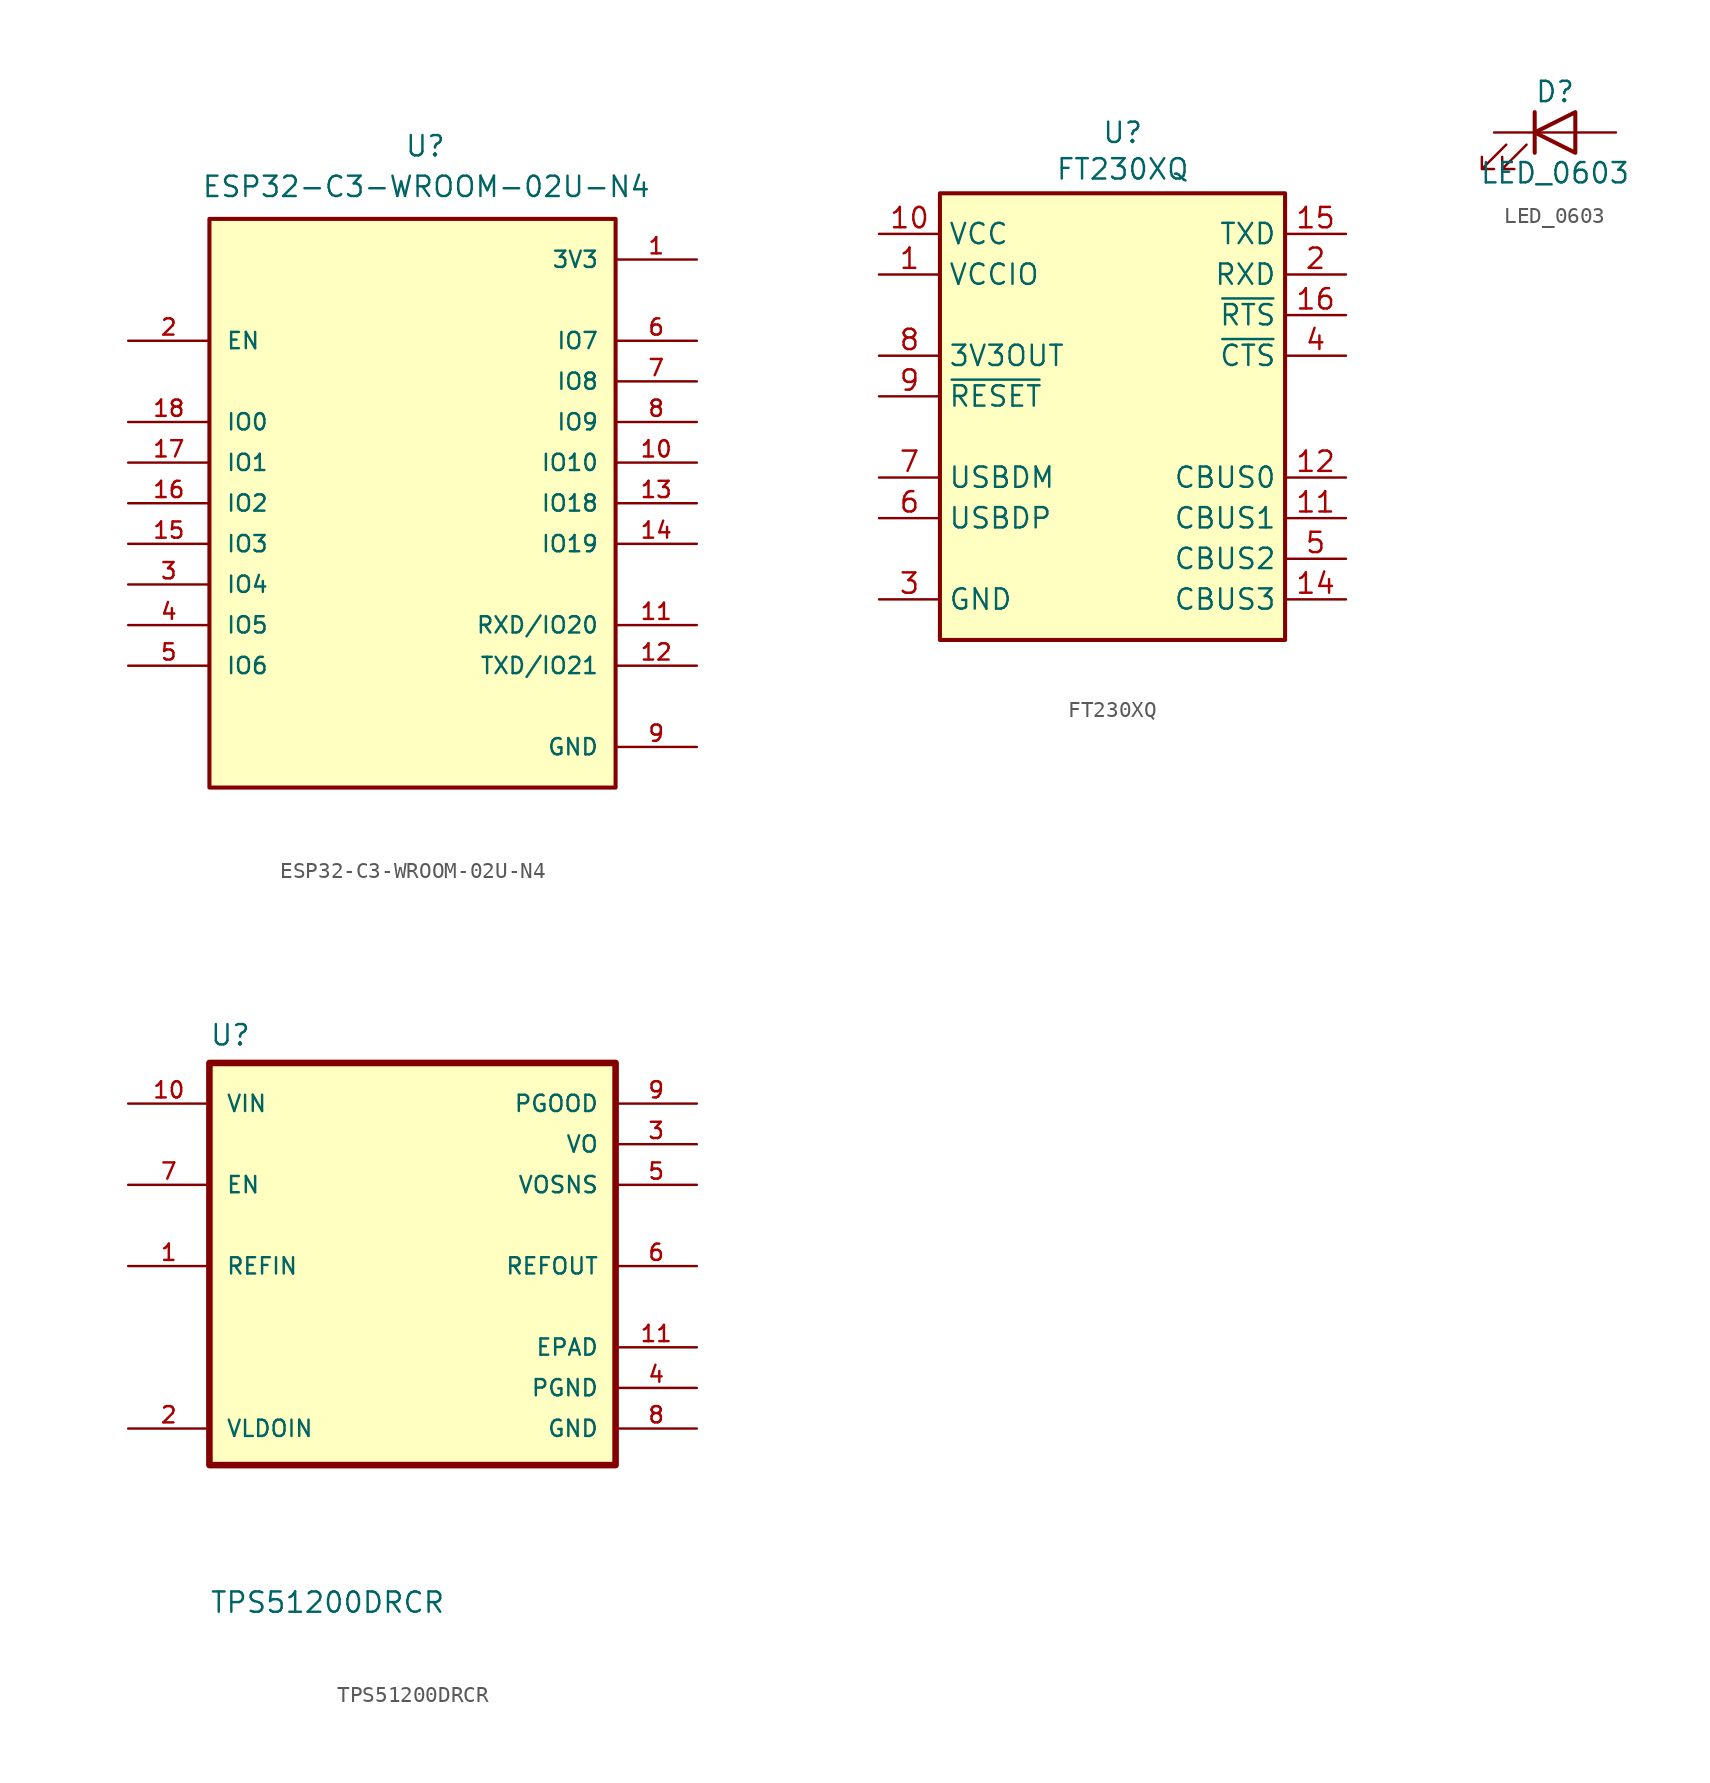
<source format=kicad_sym>
(kicad_symbol_lib
  (version 20231120)
  (generator "kicad_symbol_editor")
  (generator_version "8.0")
  (symbol "ESP32-C3-WROOM-02U-N4"
    (pin_names
      (offset 1.016))
    (property "Reference" "U"
      (at -0.508 17.78 0)
      (effects (font (size 1.27 1.27)) (justify left bottom)))
    (property "Value" "ESP32-C3-WROOM-02U-N4"
      (at -13.208 15.24 0)
      (effects (font (size 1.27 1.27)) (justify left bottom)))
    (symbol "ESP32-C3-WROOM-02U-N4_0_0"
      (rectangle (start -12.7 13.97) (end 12.7 -21.59) (stroke (width 0.254) (type default)) (fill (type background)))
      (pin power_in line (at 17.78 11.43 180) (length 5.08) (name "3V3" (effects (font (size 1.016 1.016)))) (number "1" (effects (font (size 1.016 1.016)))))
      (pin bidirectional line (at 17.78 -1.27 180) (length 5.08) (name "IO10" (effects (font (size 1.016 1.016)))) (number "10" (effects (font (size 1.016 1.016)))))
      (pin bidirectional line (at 17.78 -11.43 180) (length 5.08) (name "RXD/IO20" (effects (font (size 1.016 1.016)))) (number "11" (effects (font (size 1.016 1.016)))))
      (pin bidirectional line (at 17.78 -13.97 180) (length 5.08) (name "TXD/IO21" (effects (font (size 1.016 1.016)))) (number "12" (effects (font (size 1.016 1.016)))))
      (pin bidirectional line (at 17.78 -3.81 180) (length 5.08) (name "IO18" (effects (font (size 1.016 1.016)))) (number "13" (effects (font (size 1.016 1.016)))))
      (pin bidirectional line (at 17.78 -6.35 180) (length 5.08) (name "IO19" (effects (font (size 1.016 1.016)))) (number "14" (effects (font (size 1.016 1.016)))))
      (pin bidirectional line (at -17.78 -6.35 0) (length 5.08) (name "IO3" (effects (font (size 1.016 1.016)))) (number "15" (effects (font (size 1.016 1.016)))))
      (pin bidirectional line (at -17.78 -3.81 0) (length 5.08) (name "IO2" (effects (font (size 1.016 1.016)))) (number "16" (effects (font (size 1.016 1.016)))))
      (pin bidirectional line (at -17.78 -1.27 0) (length 5.08) (name "IO1" (effects (font (size 1.016 1.016)))) (number "17" (effects (font (size 1.016 1.016)))))
      (pin bidirectional line (at -17.78 1.27 0) (length 5.08) (name "IO0" (effects (font (size 1.016 1.016)))) (number "18" (effects (font (size 1.016 1.016)))))
      (pin input line (at -17.78 6.35 0) (length 5.08) (name "EN" (effects (font (size 1.016 1.016)))) (number "2" (effects (font (size 1.016 1.016)))))
      (pin bidirectional line (at -17.78 -8.89 0) (length 5.08) (name "IO4" (effects (font (size 1.016 1.016)))) (number "3" (effects (font (size 1.016 1.016)))))
      (pin bidirectional line (at -17.78 -11.43 0) (length 5.08) (name "IO5" (effects (font (size 1.016 1.016)))) (number "4" (effects (font (size 1.016 1.016)))))
      (pin bidirectional line (at -17.78 -13.97 0) (length 5.08) (name "IO6" (effects (font (size 1.016 1.016)))) (number "5" (effects (font (size 1.016 1.016)))))
      (pin bidirectional line (at 17.78 6.35 180) (length 5.08) (name "IO7" (effects (font (size 1.016 1.016)))) (number "6" (effects (font (size 1.016 1.016)))))
      (pin bidirectional line (at 17.78 3.81 180) (length 5.08) (name "IO8" (effects (font (size 1.016 1.016)))) (number "7" (effects (font (size 1.016 1.016)))))
      (pin bidirectional line (at 17.78 1.27 180) (length 5.08) (name "IO9" (effects (font (size 1.016 1.016)))) (number "8" (effects (font (size 1.016 1.016)))))
      (pin power_in line (at 17.78 -19.05 180) (length 5.08) (name "GND" (effects (font (size 1.016 1.016)))) (number "9" (effects (font (size 1.016 1.016))))))
    (symbol "ESP32-C3-WROOM-02U-N4_1_0"
      (pin power_in line (at 17.78 -19.05 180) (length 5.08) hide (name "GND__1" (effects (font (size 1.016 1.016)))) (number "19_1" (effects (font (size 1.016 1.016)))))
      (pin power_in line (at 17.78 -19.05 180) (length 5.08) hide (name "GND__2" (effects (font (size 1.016 1.016)))) (number "19_2" (effects (font (size 1.016 1.016)))))
      (pin power_in line (at 17.78 -19.05 180) (length 5.08) hide (name "GND__3" (effects (font (size 1.016 1.016)))) (number "19_3" (effects (font (size 1.016 1.016)))))
      (pin power_in line (at 17.78 -19.05 180) (length 5.08) hide (name "GND__4" (effects (font (size 1.016 1.016)))) (number "19_4" (effects (font (size 1.016 1.016)))))
      (pin power_in line (at 17.78 -19.05 180) (length 5.08) hide (name "GND__5" (effects (font (size 1.016 1.016)))) (number "19_5" (effects (font (size 1.016 1.016)))))
      (pin power_in line (at 17.78 -19.05 180) (length 5.08) hide (name "GND__6" (effects (font (size 1.016 1.016)))) (number "19_6" (effects (font (size 1.016 1.016)))))
      (pin power_in line (at 17.78 -19.05 180) (length 5.08) hide (name "GND__7" (effects (font (size 1.016 1.016)))) (number "19_7" (effects (font (size 1.016 1.016)))))
      (pin power_in line (at 17.78 -19.05 180) (length 5.08) hide (name "GND__8" (effects (font (size 1.016 1.016)))) (number "19_8" (effects (font (size 1.016 1.016)))))
      (pin power_in line (at 17.78 -19.05 180) (length 5.08) hide (name "GND__9" (effects (font (size 1.016 1.016)))) (number "19_9" (effects (font (size 1.016 1.016)))))
      (pin no_connect line (at -17.78 -19.05 0) (length 5.08) hide (name "NC" (effects (font (size 1.016 1.016)))) (number "NC" (effects (font (size 1.016 1.016)))))))
  (symbol "FT230XQ"
    (property "Reference" "U"
      (at 0 17.018 0)
      (effects (font (size 1.27 1.27)) (justify bottom)))
    (property "Value" "FT230XQ"
      (at 0 14.732 0)
      (effects (font (size 1.27 1.27)) (justify bottom)))
    (symbol "FT230XQ_0_1"
      (rectangle (start -11.43 13.97) (end 10.16 -13.97) (stroke (width 0.254) (type default)) (fill (type background))))
    (symbol "FT230XQ_1_1"
      (pin power_in line (at -15.24 8.89 0) (length 3.81) (name "VCCIO" (effects (font (size 1.27 1.27)))) (number "1" (effects (font (size 1.27 1.27)))))
      (pin power_in line (at -15.24 11.43 0) (length 3.81) (name "VCC" (effects (font (size 1.27 1.27)))) (number "10" (effects (font (size 1.27 1.27)))))
      (pin bidirectional line (at 13.97 -6.35 180) (length 3.81) (name "CBUS1" (effects (font (size 1.27 1.27)))) (number "11" (effects (font (size 1.27 1.27)))))
      (pin bidirectional line (at 13.97 -3.81 180) (length 3.81) (name "CBUS0" (effects (font (size 1.27 1.27)))) (number "12" (effects (font (size 1.27 1.27)))))
      (pin passive line (at -15.24 -11.43 0) (length 3.81) hide (name "GND" (effects (font (size 1.27 1.27)))) (number "13" (effects (font (size 1.27 1.27)))))
      (pin bidirectional line (at 13.97 -11.43 180) (length 3.81) (name "CBUS3" (effects (font (size 1.27 1.27)))) (number "14" (effects (font (size 1.27 1.27)))))
      (pin output line (at 13.97 11.43 180) (length 3.81) (name "TXD" (effects (font (size 1.27 1.27)))) (number "15" (effects (font (size 1.27 1.27)))))
      (pin output line (at 13.97 6.35 180) (length 3.81) (name "~{RTS}" (effects (font (size 1.27 1.27)))) (number "16" (effects (font (size 1.27 1.27)))))
      (pin passive line (at -15.24 -11.43 0) (length 3.81) hide (name "GND" (effects (font (size 1.27 1.27)))) (number "17" (effects (font (size 1.27 1.27)))))
      (pin input line (at 13.97 8.89 180) (length 3.81) (name "RXD" (effects (font (size 1.27 1.27)))) (number "2" (effects (font (size 1.27 1.27)))))
      (pin passive line (at -15.24 -11.43 0) (length 3.81) (name "GND" (effects (font (size 1.27 1.27)))) (number "3" (effects (font (size 1.27 1.27)))))
      (pin input line (at 13.97 3.81 180) (length 3.81) (name "~{CTS}" (effects (font (size 1.27 1.27)))) (number "4" (effects (font (size 1.27 1.27)))))
      (pin bidirectional line (at 13.97 -8.89 180) (length 3.81) (name "CBUS2" (effects (font (size 1.27 1.27)))) (number "5" (effects (font (size 1.27 1.27)))))
      (pin bidirectional line (at -15.24 -6.35 0) (length 3.81) (name "USBDP" (effects (font (size 1.27 1.27)))) (number "6" (effects (font (size 1.27 1.27)))))
      (pin bidirectional line (at -15.24 -3.81 0) (length 3.81) (name "USBDM" (effects (font (size 1.27 1.27)))) (number "7" (effects (font (size 1.27 1.27)))))
      (pin power_out line (at -15.24 3.81 0) (length 3.81) (name "3V3OUT" (effects (font (size 1.27 1.27)))) (number "8" (effects (font (size 1.27 1.27)))))
      (pin input line (at -15.24 1.27 0) (length 3.81) (name "~{RESET}" (effects (font (size 1.27 1.27)))) (number "9" (effects (font (size 1.27 1.27)))))))
  (symbol "LED_0603"
    (pin_numbers hide)
    (pin_names
      (offset 1.016) hide)
    (property "Reference" "D"
      (at 0 2.54 0)
      (effects (font (size 1.27 1.27))))
    (property "Value" "LED_0603"
      (at 0 -2.54 0)
      (effects (font (size 1.27 1.27))))
    (symbol "LED_0603_0_1"
      (polyline (pts (xy -1.27 -1.27) (xy -1.27 1.27)) (stroke (width 0.254) (type default)) (fill (type none)))
      (polyline (pts (xy -1.27 0) (xy 1.27 0)) (stroke (width 0) (type default)) (fill (type none)))
      (polyline (pts (xy 1.27 -1.27) (xy 1.27 1.27) (xy -1.27 0) (xy 1.27 -1.27)) (stroke (width 0.254) (type default)) (fill (type none)))
      (polyline (pts (xy -3.048 -0.762) (xy -4.572 -2.286) (xy -3.81 -2.286) (xy -4.572 -2.286) (xy -4.572 -1.524)) (stroke (width 0) (type default)) (fill (type none)))
      (polyline (pts (xy -1.778 -0.762) (xy -3.302 -2.286) (xy -2.54 -2.286) (xy -3.302 -2.286) (xy -3.302 -1.524)) (stroke (width 0) (type default)) (fill (type none))))
    (symbol "LED_0603_1_1"
      (pin passive line (at -3.81 0 0) (length 2.54) (name "K" (effects (font (size 1.27 1.27)))) (number "1" (effects (font (size 1.27 1.27)))))
      (pin passive line (at 3.81 0 180) (length 2.54) (name "A" (effects (font (size 1.27 1.27)))) (number "2" (effects (font (size 1.27 1.27)))))))
  (symbol "TPS51200DRCR"
    (pin_names
      (offset 1.016))
    (property "Reference" "U"
      (at -12.7 16.24 0)
      (effects (font (size 1.27 1.27)) (justify left bottom)))
    (property "Value" "TPS51200DRCR"
      (at -12.7 -19.24 0)
      (effects (font (size 1.27 1.27)) (justify left bottom)))
    (symbol "TPS51200DRCR_0_0"
      (rectangle (start -12.7 15.24) (end 12.7 -9.906) (stroke (width 0.41) (type default)) (fill (type background)))
      (pin input line (at -17.78 2.54 0) (length 5.08) (name "REFIN" (effects (font (size 1.016 1.016)))) (number "1" (effects (font (size 1.016 1.016)))))
      (pin input line (at -17.78 12.7 0) (length 5.08) (name "VIN" (effects (font (size 1.016 1.016)))) (number "10" (effects (font (size 1.016 1.016)))))
      (pin power_in line (at 17.78 -2.54 180) (length 5.08) (name "EPAD" (effects (font (size 1.016 1.016)))) (number "11" (effects (font (size 1.016 1.016)))))
      (pin input line (at -17.78 -7.62 0) (length 5.08) (name "VLDOIN" (effects (font (size 1.016 1.016)))) (number "2" (effects (font (size 1.016 1.016)))))
      (pin output line (at 17.78 10.16 180) (length 5.08) (name "VO" (effects (font (size 1.016 1.016)))) (number "3" (effects (font (size 1.016 1.016)))))
      (pin power_in line (at 17.78 -5.08 180) (length 5.08) (name "PGND" (effects (font (size 1.016 1.016)))) (number "4" (effects (font (size 1.016 1.016)))))
      (pin input line (at 17.78 7.62 180) (length 5.08) (name "VOSNS" (effects (font (size 1.016 1.016)))) (number "5" (effects (font (size 1.016 1.016)))))
      (pin output line (at 17.78 2.54 180) (length 5.08) (name "REFOUT" (effects (font (size 1.016 1.016)))) (number "6" (effects (font (size 1.016 1.016)))))
      (pin input line (at -17.78 7.62 0) (length 5.08) (name "EN" (effects (font (size 1.016 1.016)))) (number "7" (effects (font (size 1.016 1.016)))))
      (pin power_in line (at 17.78 -7.62 180) (length 5.08) (name "GND" (effects (font (size 1.016 1.016)))) (number "8" (effects (font (size 1.016 1.016)))))
      (pin output line (at 17.78 12.7 180) (length 5.08) (name "PGOOD" (effects (font (size 1.016 1.016)))) (number "9" (effects (font (size 1.016 1.016))))))))
</source>
